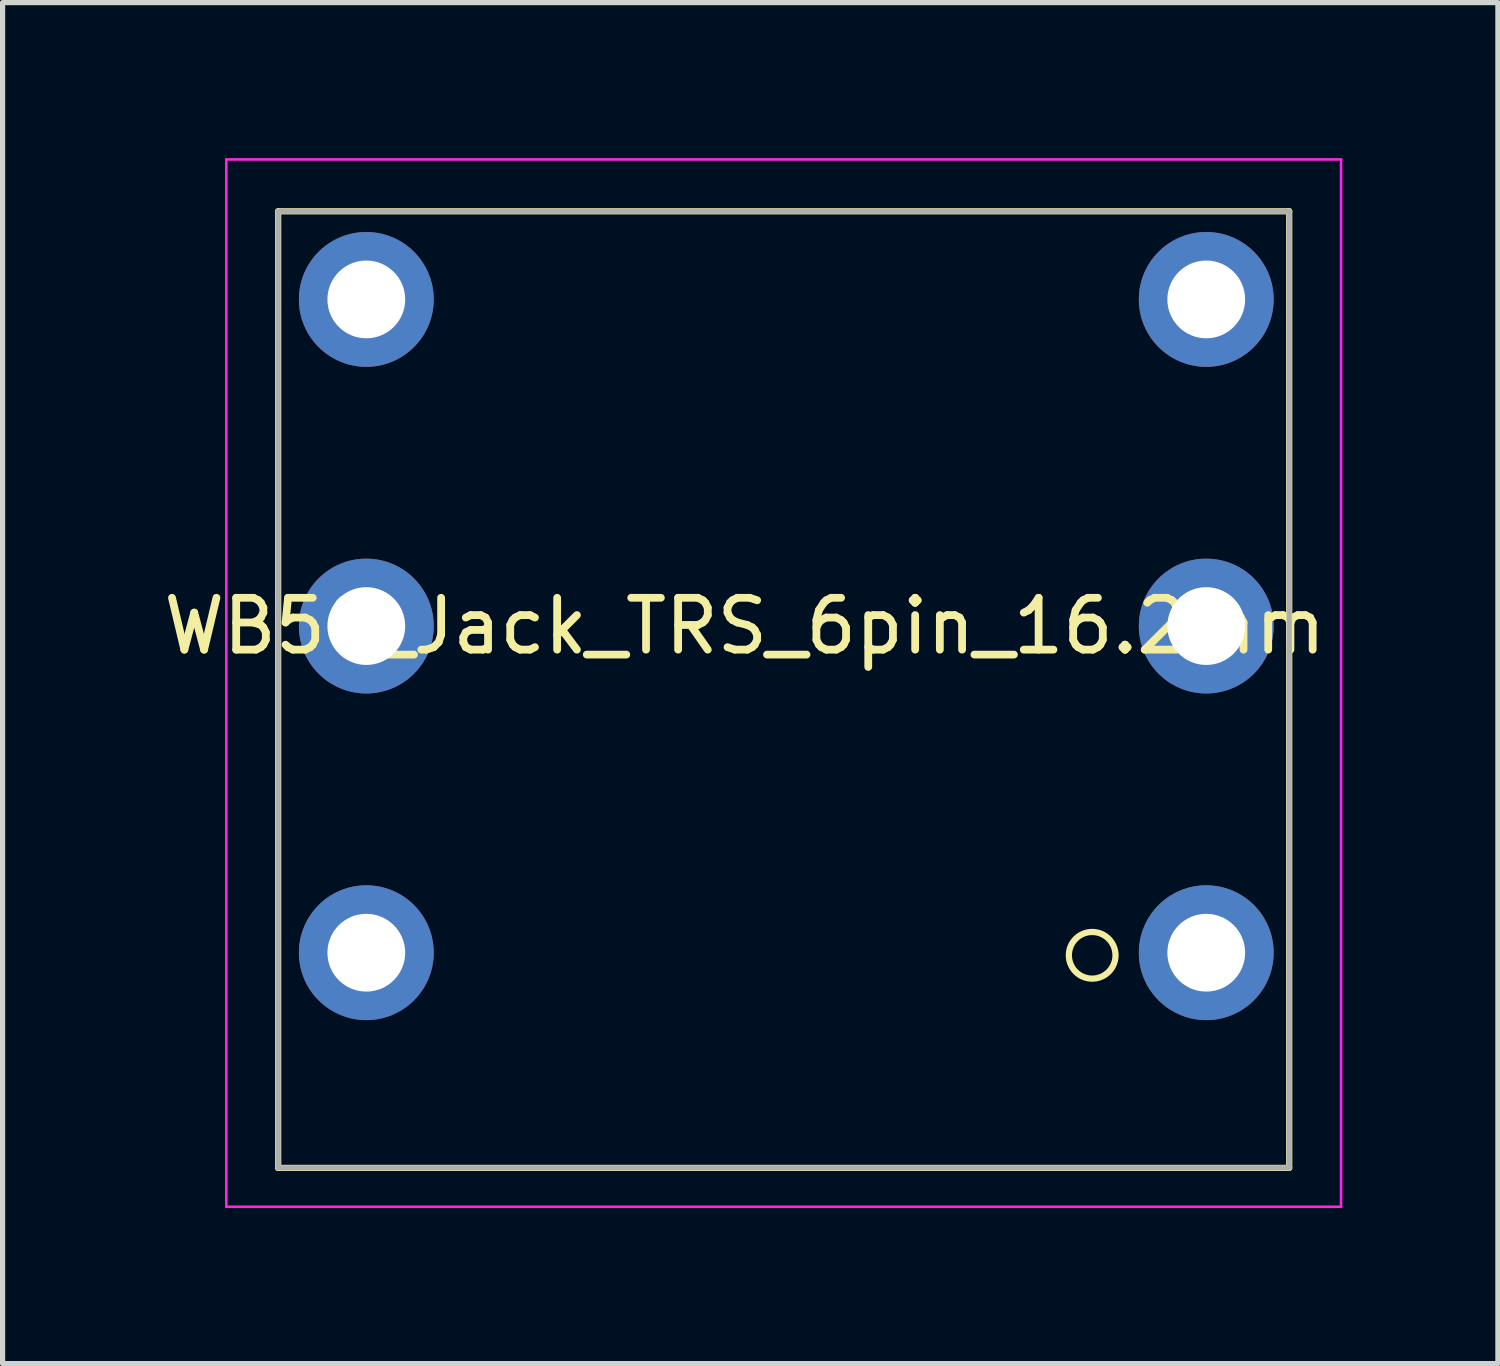
<source format=kicad_pcb>
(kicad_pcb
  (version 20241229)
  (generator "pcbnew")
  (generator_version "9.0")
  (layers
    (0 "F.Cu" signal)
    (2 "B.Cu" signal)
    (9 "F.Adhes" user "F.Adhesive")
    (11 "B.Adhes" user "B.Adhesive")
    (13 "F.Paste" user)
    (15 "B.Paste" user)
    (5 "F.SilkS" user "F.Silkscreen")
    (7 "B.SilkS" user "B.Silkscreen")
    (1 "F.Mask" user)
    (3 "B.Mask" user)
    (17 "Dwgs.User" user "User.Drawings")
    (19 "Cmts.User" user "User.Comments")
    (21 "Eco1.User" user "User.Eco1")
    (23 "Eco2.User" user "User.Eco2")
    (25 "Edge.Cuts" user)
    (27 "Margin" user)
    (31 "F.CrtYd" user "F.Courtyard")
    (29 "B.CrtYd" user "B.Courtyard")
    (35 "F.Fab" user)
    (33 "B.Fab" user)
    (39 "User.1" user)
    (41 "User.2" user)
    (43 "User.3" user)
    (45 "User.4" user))
  (footprint "WB50_Jack_TRS_6pin_16.2mm"
    (layer "F.Cu")
    (at 12.115 9.025)
    (property "Reference" "WB50_Jack_TRS_6pin_16.2mm" (at -0.8 0 0) (layer "F.SilkS") (effects (font (size 1 1) (thickness 0.15))))
    (attr through_hole)
    (fp_line (start -9.8 -8) (end 9.7 -8) (stroke (width 0.12) (type solid)) (layer "F.SilkS"))
    (fp_line (start -9.8 10.45) (end -9.8 -8) (stroke (width 0.12) (type solid)) (layer "F.SilkS"))
    (fp_line (start 9.7 -8) (end 9.7 10.45) (stroke (width 0.12) (type solid)) (layer "F.SilkS"))
    (fp_line (start 9.7 10.45) (end -9.8 10.45) (stroke (width 0.12) (type solid)) (layer "F.SilkS"))
    (fp_circle (center 5.9 6.35) (end 5.9 5.9) (stroke (width 0.12) (type solid)) (fill no) (layer "F.SilkS"))
    (fp_line (start -10.8 -9) (end 10.7 -9) (stroke (width 0.05) (type solid)) (layer "F.CrtYd"))
    (fp_line (start -10.8 11.2) (end -10.8 -9) (stroke (width 0.05) (type solid)) (layer "F.CrtYd"))
    (fp_line (start 10.7 -9) (end 10.7 11.2) (stroke (width 0.05) (type solid)) (layer "F.CrtYd"))
    (fp_line (start 10.7 11.2) (end -10.8 11.2) (stroke (width 0.05) (type solid)) (layer "F.CrtYd"))
    (fp_line (start -9.8 -8) (end 9.7 -8) (stroke (width 0.1) (type solid)) (layer "F.Fab"))
    (fp_line (start -9.8 10.45) (end -9.8 -8) (stroke (width 0.1) (type solid)) (layer "F.Fab"))
    (fp_line (start 9.7 -8) (end 9.7 10.45) (stroke (width 0.1) (type solid)) (layer "F.Fab"))
    (fp_line (start 9.7 10.45) (end -9.75 10.45) (stroke (width 0.1) (type solid)) (layer "F.Fab"))
    (pad "1" thru_hole circle (at 8.1 6.3 270) (size 2.6 2.6) (drill 1.5) (layers "*.Cu" "*.Mask"))
    (pad "2" thru_hole circle (at 8.1 -6.3 270) (size 2.6 2.6) (drill 1.5) (layers "*.Cu" "*.Mask"))
    (pad "3" thru_hole circle (at 8.1 0 270) (size 2.6 2.6) (drill 1.5) (layers "*.Cu" "*.Mask"))
    (pad "4" thru_hole circle (at -8.1 -6.3 270) (size 2.6 2.6) (drill 1.5) (layers "*.Cu" "*.Mask"))
    (pad "5" thru_hole circle (at -8.1 0 270) (size 2.6 2.6) (drill 1.5) (layers "*.Cu" "*.Mask"))
    (pad "6" thru_hole circle (at -8.1 6.3 270) (size 2.6 2.6) (drill 1.5) (layers "*.Cu" "*.Mask")))
  (gr_rect
    (start -3 -3)
    (end 25.84 23.25)
    (stroke (width 0.1) (type default))
    (fill no)
    (layer "Edge.Cuts")))
</source>
